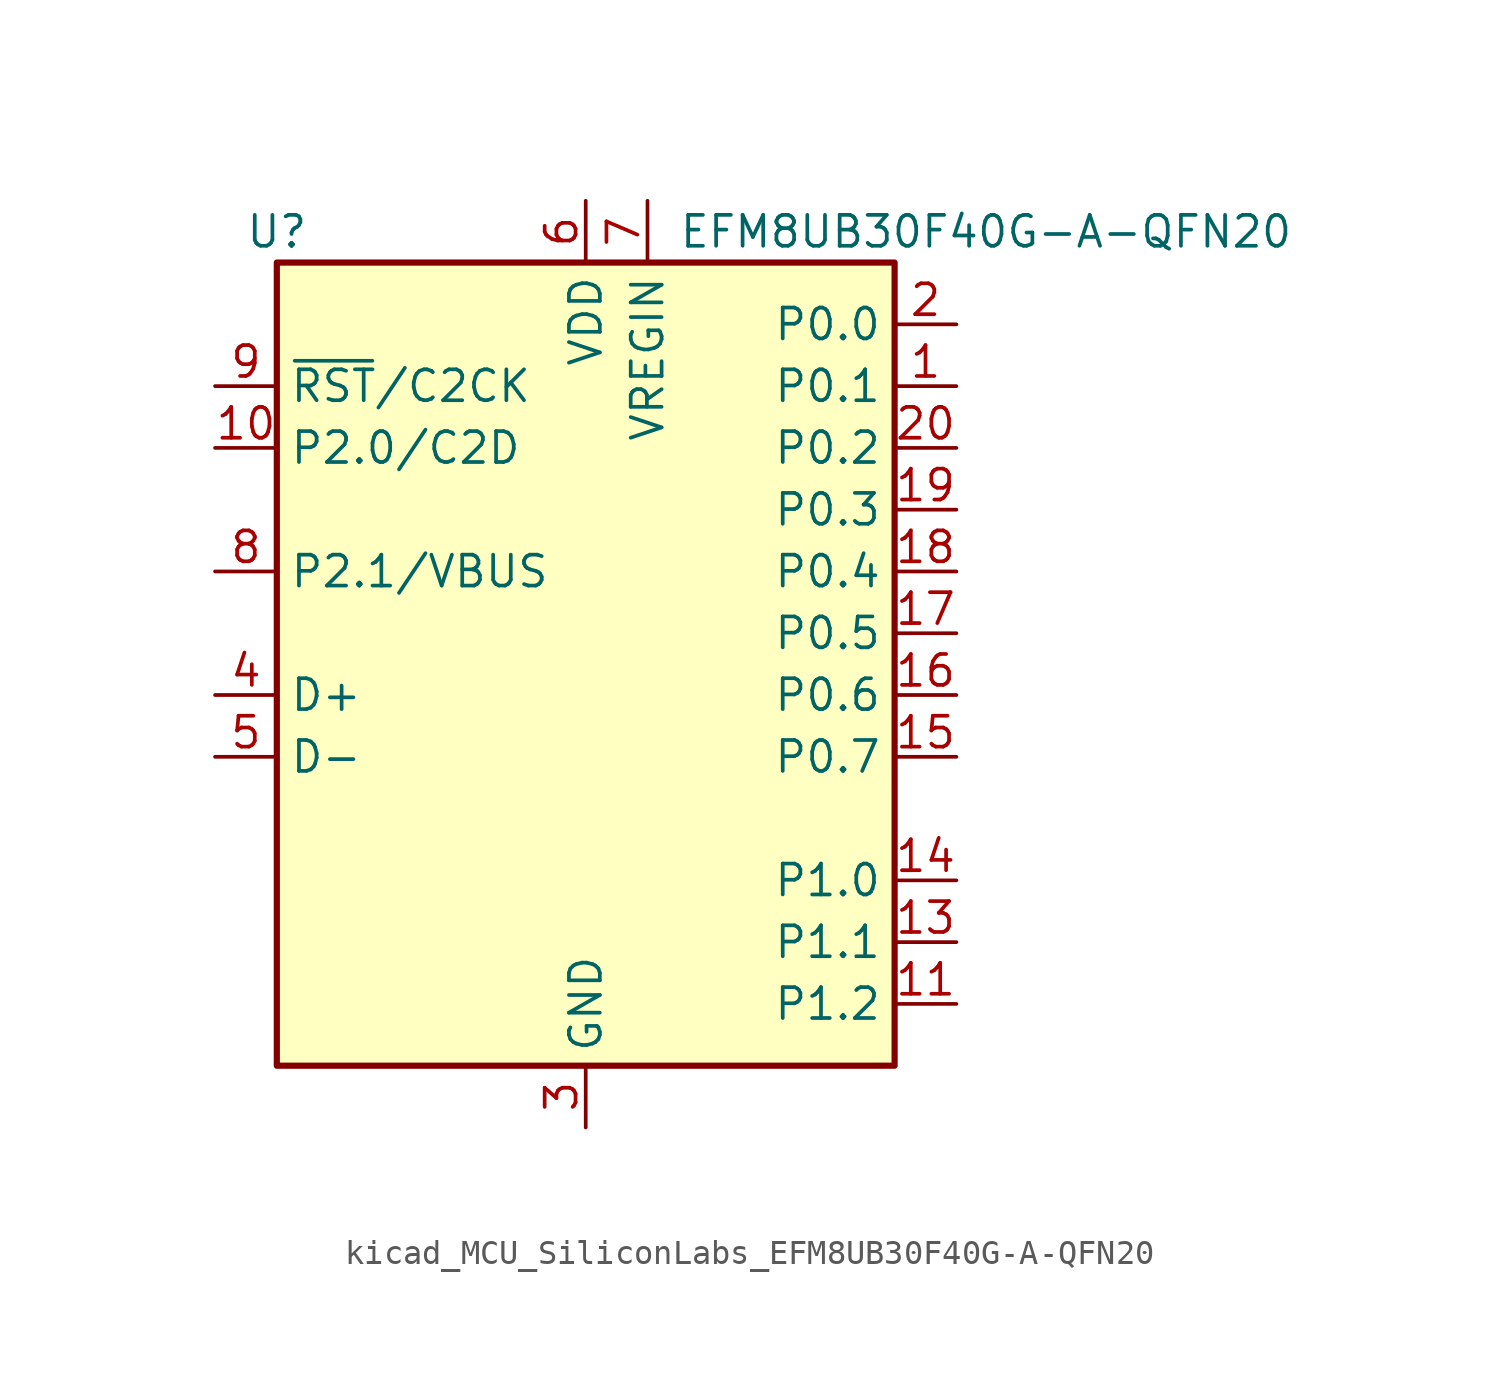
<source format=kicad_sym>
(kicad_symbol_lib
  (version 20220914)
  (generator kicad_symbol_editor)
  (symbol "kicad_MCU_SiliconLabs_EFM8UB30F40G-A-QFN20"
    (property "Reference" "U"
      (at -12.7 19.05 0)
      (effects (font (size 1.27 1.27))))
    (property "Value" "EFM8UB30F40G-A-QFN20"
      (at 3.81 19.05 0)
      (effects (font (size 1.27 1.27)) (justify left)))
    (symbol "kicad_MCU_SiliconLabs_EFM8UB30F40G-A-QFN20_0_1"
      (rectangle (start -12.7 17.78) (end 12.7 -15.24) (stroke (width 0.254) (type default)) (fill (type background))))
    (symbol "kicad_MCU_SiliconLabs_EFM8UB30F40G-A-QFN20_1_1"
      (pin bidirectional line (at 15.24 12.7 180) (length 2.54) (name "P0.1" (effects (font (size 1.27 1.27)))) (number "1" (effects (font (size 1.27 1.27)))))
      (pin bidirectional line (at -15.24 10.16 0) (length 2.54) (name "P2.0/C2D" (effects (font (size 1.27 1.27)))) (number "10" (effects (font (size 1.27 1.27)))))
      (pin bidirectional line (at 15.24 -12.7 180) (length 2.54) (name "P1.2" (effects (font (size 1.27 1.27)))) (number "11" (effects (font (size 1.27 1.27)))))
      (pin passive line (at 0 -17.78 90) (length 2.54) hide (name "GND" (effects (font (size 1.27 1.27)))) (number "12" (effects (font (size 1.27 1.27)))))
      (pin bidirectional line (at 15.24 -10.16 180) (length 2.54) (name "P1.1" (effects (font (size 1.27 1.27)))) (number "13" (effects (font (size 1.27 1.27)))))
      (pin bidirectional line (at 15.24 -7.62 180) (length 2.54) (name "P1.0" (effects (font (size 1.27 1.27)))) (number "14" (effects (font (size 1.27 1.27)))))
      (pin bidirectional line (at 15.24 -2.54 180) (length 2.54) (name "P0.7" (effects (font (size 1.27 1.27)))) (number "15" (effects (font (size 1.27 1.27)))))
      (pin bidirectional line (at 15.24 0 180) (length 2.54) (name "P0.6" (effects (font (size 1.27 1.27)))) (number "16" (effects (font (size 1.27 1.27)))))
      (pin bidirectional line (at 15.24 2.54 180) (length 2.54) (name "P0.5" (effects (font (size 1.27 1.27)))) (number "17" (effects (font (size 1.27 1.27)))))
      (pin bidirectional line (at 15.24 5.08 180) (length 2.54) (name "P0.4" (effects (font (size 1.27 1.27)))) (number "18" (effects (font (size 1.27 1.27)))))
      (pin bidirectional line (at 15.24 7.62 180) (length 2.54) (name "P0.3" (effects (font (size 1.27 1.27)))) (number "19" (effects (font (size 1.27 1.27)))))
      (pin bidirectional line (at 15.24 15.24 180) (length 2.54) (name "P0.0" (effects (font (size 1.27 1.27)))) (number "2" (effects (font (size 1.27 1.27)))))
      (pin bidirectional line (at 15.24 10.16 180) (length 2.54) (name "P0.2" (effects (font (size 1.27 1.27)))) (number "20" (effects (font (size 1.27 1.27)))))
      (pin passive line (at 0 -17.78 90) (length 2.54) hide (name "GND" (effects (font (size 1.27 1.27)))) (number "21" (effects (font (size 1.27 1.27)))))
      (pin power_in line (at 0 -17.78 90) (length 2.54) (name "GND" (effects (font (size 1.27 1.27)))) (number "3" (effects (font (size 1.27 1.27)))))
      (pin bidirectional line (at -15.24 0 0) (length 2.54) (name "D+" (effects (font (size 1.27 1.27)))) (number "4" (effects (font (size 1.27 1.27)))))
      (pin bidirectional line (at -15.24 -2.54 0) (length 2.54) (name "D-" (effects (font (size 1.27 1.27)))) (number "5" (effects (font (size 1.27 1.27)))))
      (pin power_in line (at 0 20.32 270) (length 2.54) (name "VDD" (effects (font (size 1.27 1.27)))) (number "6" (effects (font (size 1.27 1.27)))))
      (pin power_in line (at 2.54 20.32 270) (length 2.54) (name "VREGIN" (effects (font (size 1.27 1.27)))) (number "7" (effects (font (size 1.27 1.27)))))
      (pin bidirectional line (at -15.24 5.08 0) (length 2.54) (name "P2.1/VBUS" (effects (font (size 1.27 1.27)))) (number "8" (effects (font (size 1.27 1.27)))))
      (pin bidirectional line (at -15.24 12.7 0) (length 2.54) (name "~{RST}/C2CK" (effects (font (size 1.27 1.27)))) (number "9" (effects (font (size 1.27 1.27))))))))
</source>
